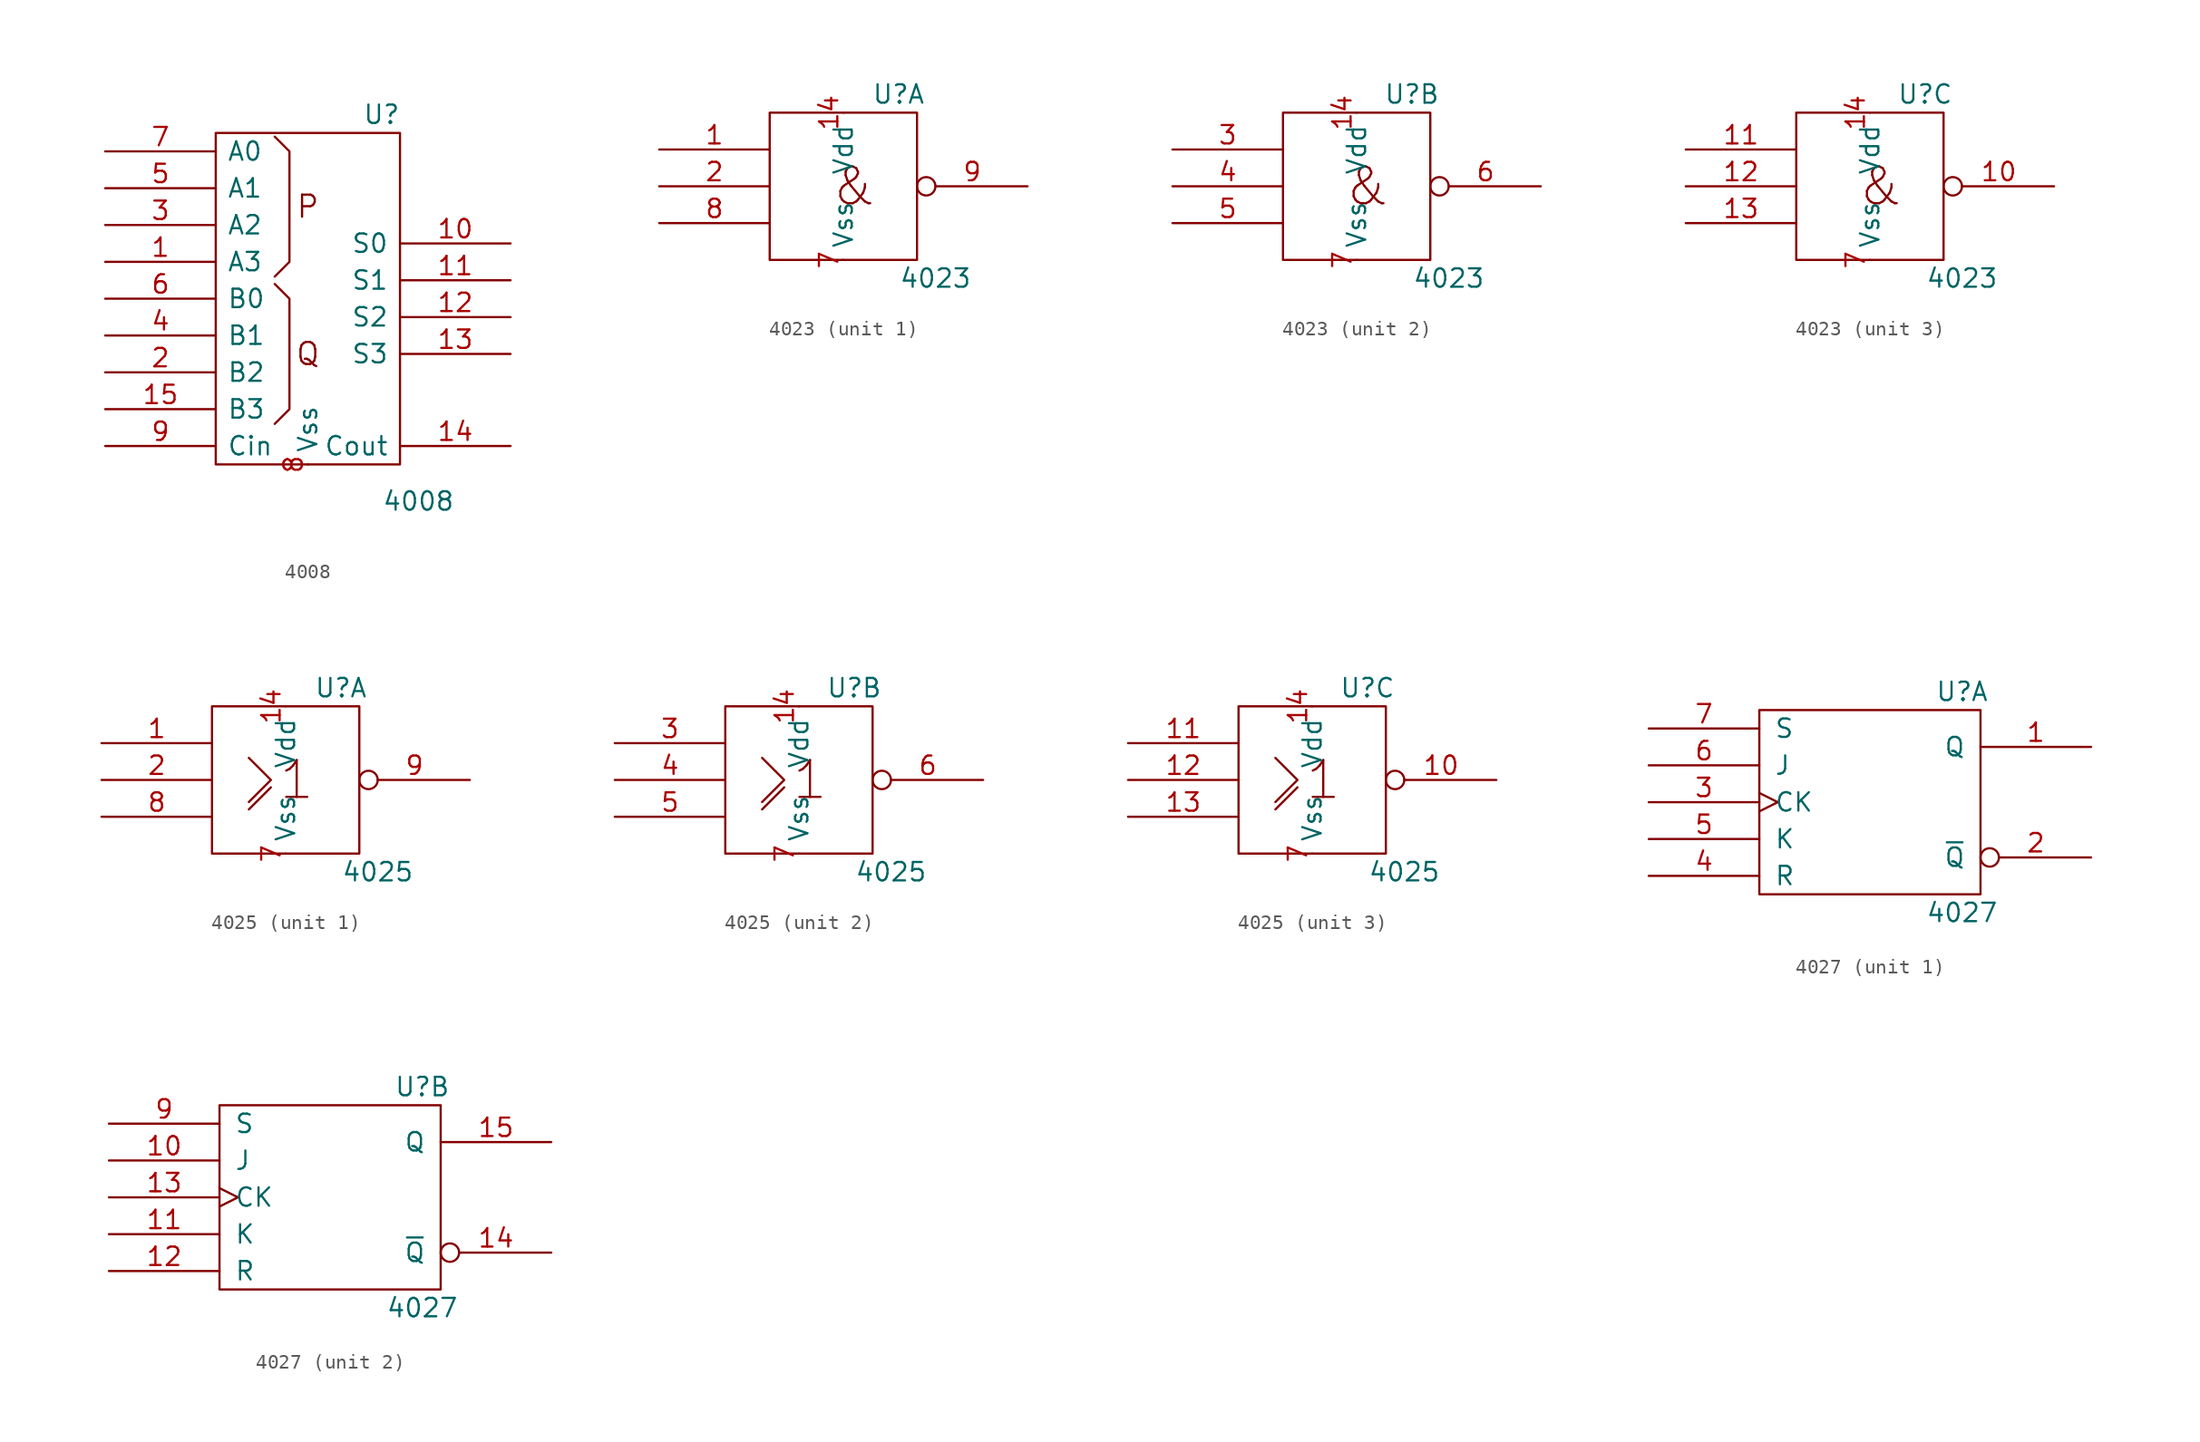
<source format=kicad_sym>
(kicad_symbol_lib
  (version 20201005)
  (generator kicad_symbol_editor)
  (symbol "4008"
    (pin_names
      (offset 0.762))
    (property "Reference" "U"
      (at 5.08 12.7 0)
      (effects (font (size 1.27 1.27))))
    (property "Value" "4008"
      (at 7.62 -13.97 0)
      (effects (font (size 1.27 1.27))))
    (symbol "4008_0_0"
      (text "P" (at 0 6.35 0) (effects (font (size 1.524 1.524))))
      (text "Q" (at 0 -3.81 0) (effects (font (size 1.524 1.524)))))
    (symbol "4008_0_1"
      (rectangle (start -6.35 11.43) (end 6.35 -11.43) (stroke (width 0)) (fill (type none)))
      (polyline (pts (xy -2.286 1.016) (xy -1.27 0) (xy -1.27 -7.62) (xy -2.286 -8.636) (xy -2.286 -8.636)) (stroke (width 0)) (fill (type none)))
      (polyline (pts (xy -2.286 1.524) (xy -1.27 2.54) (xy -1.27 10.16) (xy -2.286 11.176) (xy -2.286 11.176)) (stroke (width 0)) (fill (type none))))
    (symbol "4008_1_1"
      (pin input line (at -13.97 2.54 0) (length 7.62) (name "A3" (effects (font (size 1.27 1.27)))) (number "1" (effects (font (size 1.27 1.27)))))
      (pin output line (at 13.97 3.81 180) (length 7.62) (name "S0" (effects (font (size 1.27 1.27)))) (number "10" (effects (font (size 1.27 1.27)))))
      (pin output line (at 13.97 1.27 180) (length 7.62) (name "S1" (effects (font (size 1.27 1.27)))) (number "11" (effects (font (size 1.27 1.27)))))
      (pin output line (at 13.97 -1.27 180) (length 7.62) (name "S2" (effects (font (size 1.27 1.27)))) (number "12" (effects (font (size 1.27 1.27)))))
      (pin output line (at 13.97 -3.81 180) (length 7.62) (name "S3" (effects (font (size 1.27 1.27)))) (number "13" (effects (font (size 1.27 1.27)))))
      (pin output line (at 13.97 -10.16 180) (length 7.62) (name "Cout" (effects (font (size 1.27 1.27)))) (number "14" (effects (font (size 1.27 1.27)))))
      (pin input line (at -13.97 -7.62 0) (length 7.62) (name "B3" (effects (font (size 1.27 1.27)))) (number "15" (effects (font (size 1.27 1.27)))))
      (pin output line (at 0 11.43 270) (length 0) hide (name "Vdd" (effects (font (size 1.27 1.27)))) (number "16" (effects (font (size 1.27 1.27)))))
      (pin input line (at -13.97 -5.08 0) (length 7.62) (name "B2" (effects (font (size 1.27 1.27)))) (number "2" (effects (font (size 1.27 1.27)))))
      (pin input line (at -13.97 5.08 0) (length 7.62) (name "A2" (effects (font (size 1.27 1.27)))) (number "3" (effects (font (size 1.27 1.27)))))
      (pin input line (at -13.97 -2.54 0) (length 7.62) (name "B1" (effects (font (size 1.27 1.27)))) (number "4" (effects (font (size 1.27 1.27)))))
      (pin input line (at -13.97 7.62 0) (length 7.62) (name "A1" (effects (font (size 1.27 1.27)))) (number "5" (effects (font (size 1.27 1.27)))))
      (pin input line (at -13.97 0 0) (length 7.62) (name "B0" (effects (font (size 1.27 1.27)))) (number "6" (effects (font (size 1.27 1.27)))))
      (pin input line (at -13.97 10.16 0) (length 7.62) (name "A0" (effects (font (size 1.27 1.27)))) (number "7" (effects (font (size 1.27 1.27)))))
      (pin output line (at 0 -11.43 90) (length 0) (name "Vss" (effects (font (size 1.27 1.27)))) (number "8" (effects (font (size 1.27 1.27)))))
      (pin input line (at -13.97 -10.16 0) (length 7.62) (name "Cin" (effects (font (size 1.27 1.27)))) (number "9" (effects (font (size 1.27 1.27)))))))
  (symbol "4023"
    (pin_names
      (offset 0.762))
    (property "Reference" "U"
      (at 3.81 6.35 0)
      (effects (font (size 1.27 1.27))))
    (property "Value" "4023"
      (at 6.35 -6.35 0)
      (effects (font (size 1.27 1.27))))
    (symbol "4023_0_0"
      (text "&" (at 0.762 0 0) (effects (font (size 2.54 2.54))))
      (rectangle (start -5.08 5.08) (end 5.08 -5.08) (stroke (width 0)) (fill (type none))))
    (symbol "4023_0_1"
      (pin power_in line (at 0 5.08 270) (length 0) (name "Vdd" (effects (font (size 1.27 1.27)))) (number "14" (effects (font (size 1.27 1.27)))))
      (pin power_in line (at 0 -5.08 90) (length 0) (name "Vss" (effects (font (size 1.27 1.27)))) (number "7" (effects (font (size 1.27 1.27))))))
    (symbol "4023_1_1"
      (pin input line (at -12.7 2.54 0) (length 7.62) (name "~" (effects (font (size 1.27 1.27)))) (number "1" (effects (font (size 1.27 1.27)))))
      (pin input line (at -12.7 0 0) (length 7.62) (name "~" (effects (font (size 1.27 1.27)))) (number "2" (effects (font (size 1.27 1.27)))))
      (pin input line (at -12.7 -2.54 0) (length 7.62) (name "~" (effects (font (size 1.27 1.27)))) (number "8" (effects (font (size 1.27 1.27)))))
      (pin output inverted (at 12.7 0 180) (length 7.62) (name "~" (effects (font (size 1.27 1.27)))) (number "9" (effects (font (size 1.27 1.27))))))
    (symbol "4023_2_1"
      (pin input line (at -12.7 2.54 0) (length 7.62) (name "~" (effects (font (size 1.27 1.27)))) (number "3" (effects (font (size 1.27 1.27)))))
      (pin input line (at -12.7 0 0) (length 7.62) (name "~" (effects (font (size 1.27 1.27)))) (number "4" (effects (font (size 1.27 1.27)))))
      (pin input line (at -12.7 -2.54 0) (length 7.62) (name "~" (effects (font (size 1.27 1.27)))) (number "5" (effects (font (size 1.27 1.27)))))
      (pin output inverted (at 12.7 0 180) (length 7.62) (name "~" (effects (font (size 1.27 1.27)))) (number "6" (effects (font (size 1.27 1.27))))))
    (symbol "4023_3_1"
      (pin output inverted (at 12.7 0 180) (length 7.62) (name "~" (effects (font (size 1.27 1.27)))) (number "10" (effects (font (size 1.27 1.27)))))
      (pin input line (at -12.7 2.54 0) (length 7.62) (name "~" (effects (font (size 1.27 1.27)))) (number "11" (effects (font (size 1.27 1.27)))))
      (pin input line (at -12.7 0 0) (length 7.62) (name "~" (effects (font (size 1.27 1.27)))) (number "12" (effects (font (size 1.27 1.27)))))
      (pin input line (at -12.7 -2.54 0) (length 7.62) (name "~" (effects (font (size 1.27 1.27)))) (number "13" (effects (font (size 1.27 1.27)))))))
  (symbol "4025"
    (pin_names
      (offset 0.762))
    (property "Reference" "U"
      (at 3.81 6.35 0)
      (effects (font (size 1.27 1.27))))
    (property "Value" "4025"
      (at 6.35 -6.35 0)
      (effects (font (size 1.27 1.27))))
    (symbol "4025_0_0"
      (text "1" (at 0.762 0 0) (effects (font (size 2.54 2.54))))
      (rectangle (start -5.08 5.08) (end 5.08 -5.08) (stroke (width 0)) (fill (type none)))
      (polyline (pts (xy -2.54 -2.032) (xy -1.016 -0.508) (xy -1.016 -0.508)) (stroke (width 0)) (fill (type none)))
      (polyline (pts (xy -2.54 1.524) (xy -1.016 0) (xy -2.54 -1.524) (xy -2.54 -1.524)) (stroke (width 0)) (fill (type none)))
      (pin power_in line (at 0 5.08 270) (length 0) (name "Vdd" (effects (font (size 1.27 1.27)))) (number "14" (effects (font (size 1.27 1.27)))))
      (pin power_in line (at 0 -5.08 90) (length 0) (name "Vss" (effects (font (size 1.27 1.27)))) (number "7" (effects (font (size 1.27 1.27))))))
    (symbol "4025_1_1"
      (pin input line (at -12.7 2.54 0) (length 7.62) (name "~" (effects (font (size 1.27 1.27)))) (number "1" (effects (font (size 1.27 1.27)))))
      (pin input line (at -12.7 0 0) (length 7.62) (name "~" (effects (font (size 1.27 1.27)))) (number "2" (effects (font (size 1.27 1.27)))))
      (pin input line (at -12.7 -2.54 0) (length 7.62) (name "~" (effects (font (size 1.27 1.27)))) (number "8" (effects (font (size 1.27 1.27)))))
      (pin output inverted (at 12.7 0 180) (length 7.62) (name "~" (effects (font (size 1.27 1.27)))) (number "9" (effects (font (size 1.27 1.27))))))
    (symbol "4025_2_1"
      (pin input line (at -12.7 2.54 0) (length 7.62) (name "~" (effects (font (size 1.27 1.27)))) (number "3" (effects (font (size 1.27 1.27)))))
      (pin input line (at -12.7 0 0) (length 7.62) (name "~" (effects (font (size 1.27 1.27)))) (number "4" (effects (font (size 1.27 1.27)))))
      (pin input line (at -12.7 -2.54 0) (length 7.62) (name "~" (effects (font (size 1.27 1.27)))) (number "5" (effects (font (size 1.27 1.27)))))
      (pin output inverted (at 12.7 0 180) (length 7.62) (name "~" (effects (font (size 1.27 1.27)))) (number "6" (effects (font (size 1.27 1.27))))))
    (symbol "4025_3_1"
      (pin output inverted (at 12.7 0 180) (length 7.62) (name "~" (effects (font (size 1.27 1.27)))) (number "10" (effects (font (size 1.27 1.27)))))
      (pin input line (at -12.7 2.54 0) (length 7.62) (name "~" (effects (font (size 1.27 1.27)))) (number "11" (effects (font (size 1.27 1.27)))))
      (pin input line (at -12.7 0 0) (length 7.62) (name "~" (effects (font (size 1.27 1.27)))) (number "12" (effects (font (size 1.27 1.27)))))
      (pin input line (at -12.7 -2.54 0) (length 7.62) (name "~" (effects (font (size 1.27 1.27)))) (number "13" (effects (font (size 1.27 1.27)))))))
  (symbol "4027"
    (pin_names
      (offset 1.016))
    (property "Reference" "U"
      (at 6.35 7.62 0)
      (effects (font (size 1.27 1.27))))
    (property "Value" "4027"
      (at 6.35 -7.62 0)
      (effects (font (size 1.27 1.27))))
    (symbol "4027_0_0"
      (pin power_in line (at 0 6.35 270) (length 0) hide (name "VDD" (effects (font (size 0.762 0.762)))) (number "16" (effects (font (size 1.27 1.27)))))
      (pin power_in line (at 0 -6.35 90) (length 0) hide (name "VDD" (effects (font (size 0.762 0.762)))) (number "8" (effects (font (size 1.27 1.27))))))
    (symbol "4027_0_1"
      (rectangle (start -7.62 6.35) (end 7.62 -6.35) (stroke (width 0)) (fill (type none))))
    (symbol "4027_1_1"
      (pin output line (at 15.24 3.81 180) (length 7.62) (name "Q" (effects (font (size 1.27 1.27)))) (number "1" (effects (font (size 1.27 1.27)))))
      (pin output inverted (at 15.24 -3.81 180) (length 7.62) (name "~Q" (effects (font (size 1.27 1.27)))) (number "2" (effects (font (size 1.27 1.27)))))
      (pin input clock (at -15.24 0 0) (length 7.62) (name "CK" (effects (font (size 1.27 1.27)))) (number "3" (effects (font (size 1.27 1.27)))))
      (pin input line (at -15.24 -5.08 0) (length 7.62) (name "R" (effects (font (size 1.27 1.27)))) (number "4" (effects (font (size 1.27 1.27)))))
      (pin input line (at -15.24 -2.54 0) (length 7.62) (name "K" (effects (font (size 1.27 1.27)))) (number "5" (effects (font (size 1.27 1.27)))))
      (pin input line (at -15.24 2.54 0) (length 7.62) (name "J" (effects (font (size 1.27 1.27)))) (number "6" (effects (font (size 1.27 1.27)))))
      (pin input line (at -15.24 5.08 0) (length 7.62) (name "S" (effects (font (size 1.27 1.27)))) (number "7" (effects (font (size 1.27 1.27))))))
    (symbol "4027_2_1"
      (pin input line (at -15.24 2.54 0) (length 7.62) (name "J" (effects (font (size 1.27 1.27)))) (number "10" (effects (font (size 1.27 1.27)))))
      (pin input line (at -15.24 -2.54 0) (length 7.62) (name "K" (effects (font (size 1.27 1.27)))) (number "11" (effects (font (size 1.27 1.27)))))
      (pin input line (at -15.24 -5.08 0) (length 7.62) (name "R" (effects (font (size 1.27 1.27)))) (number "12" (effects (font (size 1.27 1.27)))))
      (pin input clock (at -15.24 0 0) (length 7.62) (name "CK" (effects (font (size 1.27 1.27)))) (number "13" (effects (font (size 1.27 1.27)))))
      (pin output inverted (at 15.24 -3.81 180) (length 7.62) (name "~Q" (effects (font (size 1.27 1.27)))) (number "14" (effects (font (size 1.27 1.27)))))
      (pin output line (at 15.24 3.81 180) (length 7.62) (name "Q" (effects (font (size 1.27 1.27)))) (number "15" (effects (font (size 1.27 1.27)))))
      (pin input line (at -15.24 5.08 0) (length 7.62) (name "S" (effects (font (size 1.27 1.27)))) (number "9" (effects (font (size 1.27 1.27))))))))
</source>
